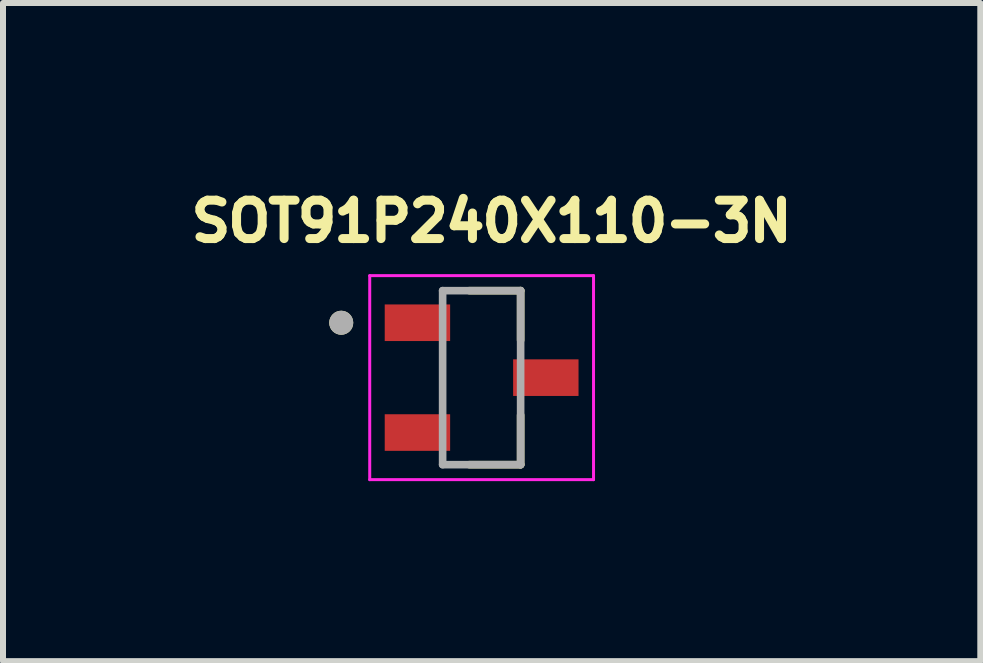
<source format=kicad_pcb>
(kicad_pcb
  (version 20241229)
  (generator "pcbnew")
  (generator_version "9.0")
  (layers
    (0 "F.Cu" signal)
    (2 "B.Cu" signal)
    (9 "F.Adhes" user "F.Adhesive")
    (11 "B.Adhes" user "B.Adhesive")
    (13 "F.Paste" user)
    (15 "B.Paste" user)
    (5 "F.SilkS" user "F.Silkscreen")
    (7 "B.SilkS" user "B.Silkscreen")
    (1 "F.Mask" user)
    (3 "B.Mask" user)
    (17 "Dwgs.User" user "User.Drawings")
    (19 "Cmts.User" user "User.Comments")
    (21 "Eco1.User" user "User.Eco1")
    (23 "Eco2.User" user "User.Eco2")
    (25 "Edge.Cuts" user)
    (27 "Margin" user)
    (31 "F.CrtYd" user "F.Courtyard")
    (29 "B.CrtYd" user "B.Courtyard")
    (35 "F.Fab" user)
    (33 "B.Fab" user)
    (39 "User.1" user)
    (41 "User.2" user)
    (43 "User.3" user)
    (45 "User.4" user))
  (footprint "SOT91P240X110-3N"
    (layer "F.Cu")
    (at 4.977 3.244)
    (property "Reference" "SOT91P240X110-3N" (at 0.167 -2.606 0) (layer "F.SilkS") (effects (font (size 0.64 0.64) (thickness 0.15))))
    (attr smd)
    (fp_line (start -0.205 -1.45) (end 0.65 -1.45) (stroke (width 0.127) (type solid)) (layer "F.SilkS"))
    (fp_line (start 0.65 -1.45) (end 0.65 -0.625) (stroke (width 0.127) (type solid)) (layer "F.SilkS"))
    (fp_line (start 0.65 1.45) (end -0.205 1.45) (stroke (width 0.127) (type solid)) (layer "F.SilkS"))
    (fp_line (start 0.65 1.45) (end 0.65 0.625) (stroke (width 0.127) (type solid)) (layer "F.SilkS"))
    (fp_circle (center -2.34 -0.915) (end -2.24 -0.915) (stroke (width 0.2) (type solid)) (fill no) (layer "F.SilkS"))
    (fp_line (start -1.865 -1.7) (end -1.865 1.7) (stroke (width 0.05) (type solid)) (layer "F.CrtYd"))
    (fp_line (start -1.865 1.7) (end 1.865 1.7) (stroke (width 0.05) (type solid)) (layer "F.CrtYd"))
    (fp_line (start 1.865 -1.7) (end -1.865 -1.7) (stroke (width 0.05) (type solid)) (layer "F.CrtYd"))
    (fp_line (start 1.865 1.7) (end 1.865 -1.7) (stroke (width 0.05) (type solid)) (layer "F.CrtYd"))
    (fp_line (start -0.65 -1.45) (end 0.65 -1.45) (stroke (width 0.127) (type solid)) (layer "F.Fab"))
    (fp_line (start -0.65 1.45) (end -0.65 -1.45) (stroke (width 0.127) (type solid)) (layer "F.Fab"))
    (fp_line (start 0.65 -1.45) (end 0.65 1.45) (stroke (width 0.127) (type solid)) (layer "F.Fab"))
    (fp_line (start 0.65 1.45) (end -0.65 1.45) (stroke (width 0.127) (type solid)) (layer "F.Fab"))
    (fp_circle (center -2.34 -0.915) (end -2.24 -0.915) (stroke (width 0.2) (type solid)) (fill no) (layer "F.Fab"))
    (pad "1" smd rect (at -1.07 -0.915) (size 1.09 0.61) (layers "F.Cu" "F.Mask" "F.Paste"))
    (pad "2" smd rect (at -1.07 0.915) (size 1.09 0.61) (layers "F.Cu" "F.Mask" "F.Paste"))
    (pad "3" smd rect (at 1.07 0) (size 1.09 0.61) (layers "F.Cu" "F.Mask" "F.Paste")))
  (gr_rect
    (start -3 -3)
    (end 13.288 7.969)
    (stroke (width 0.1) (type default))
    (fill no)
    (layer "Edge.Cuts")))
</source>
